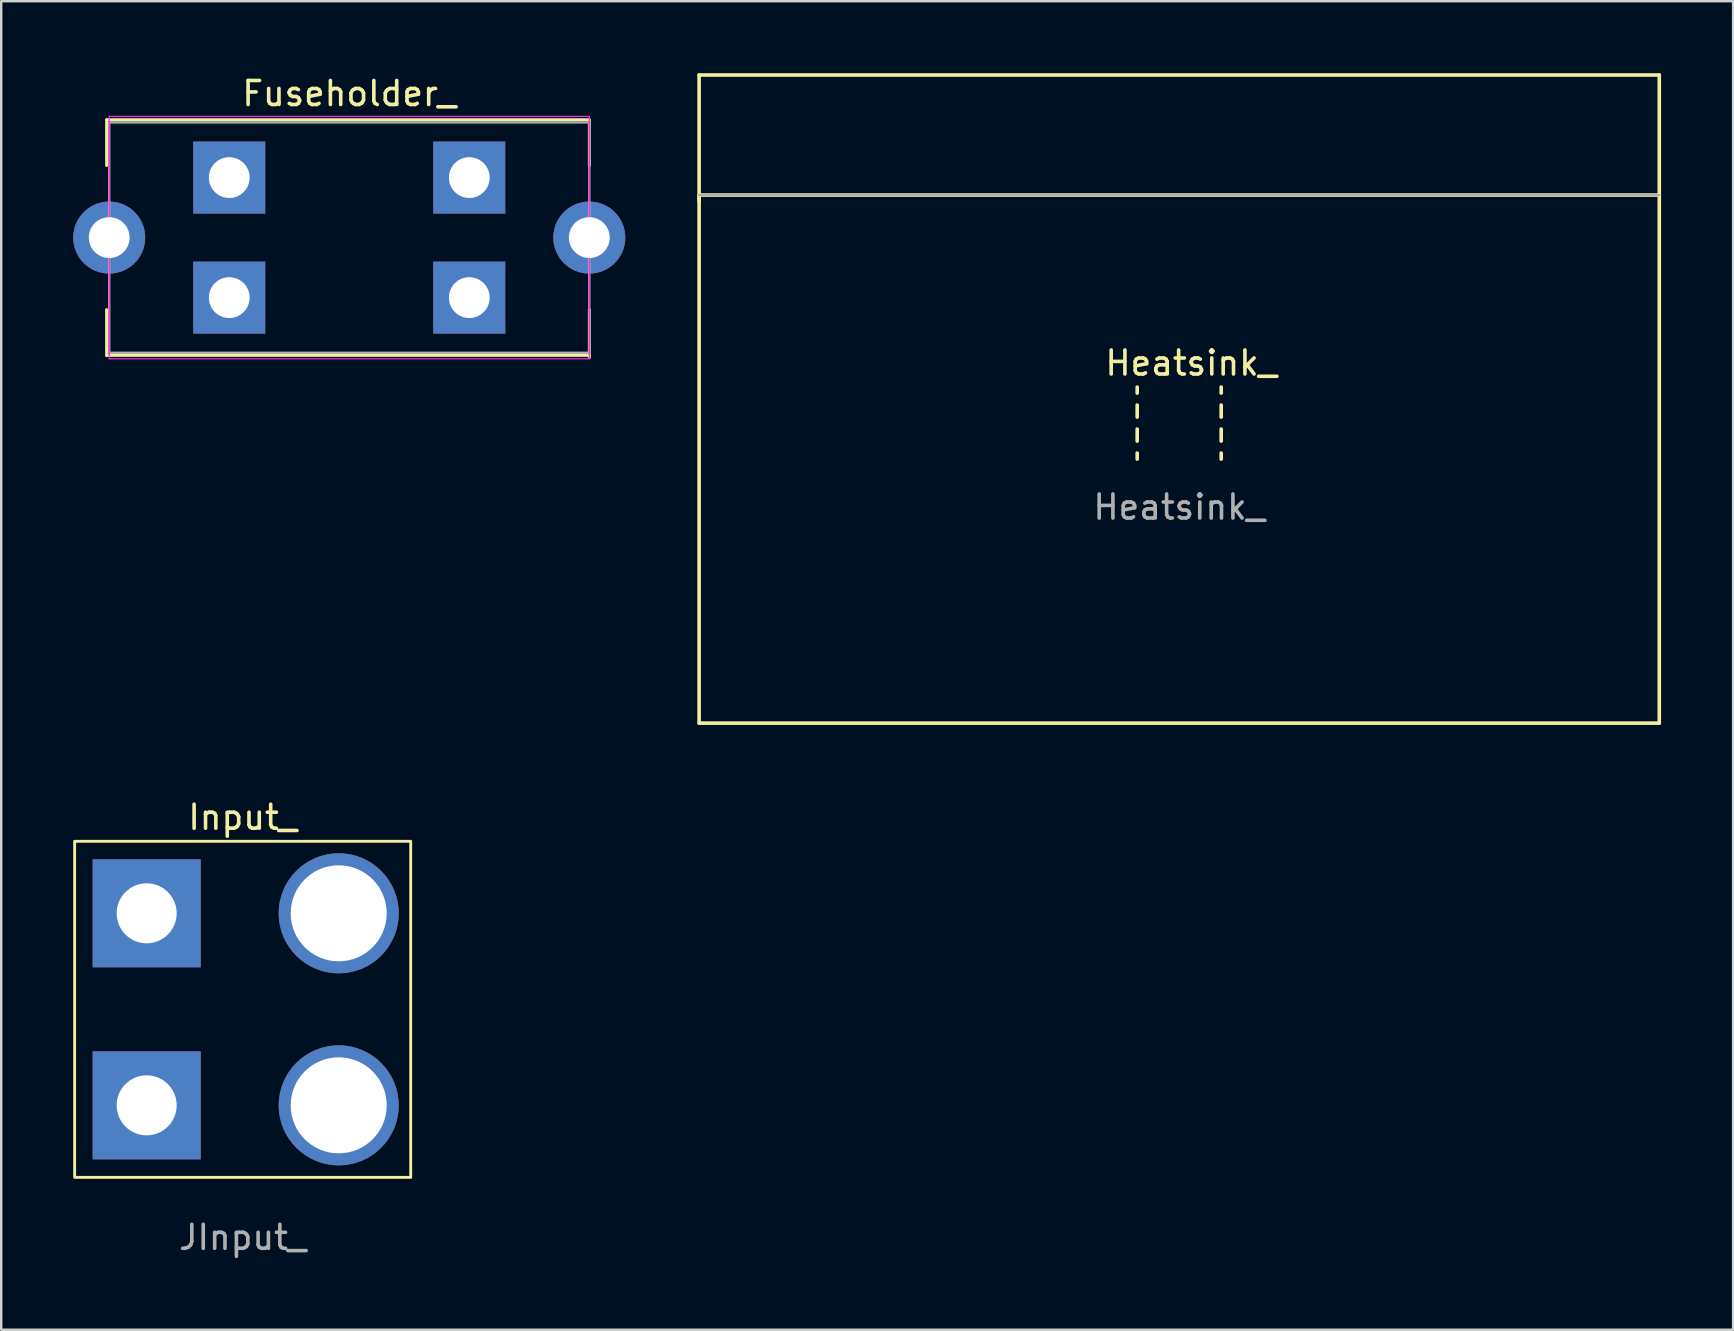
<source format=kicad_pcb>
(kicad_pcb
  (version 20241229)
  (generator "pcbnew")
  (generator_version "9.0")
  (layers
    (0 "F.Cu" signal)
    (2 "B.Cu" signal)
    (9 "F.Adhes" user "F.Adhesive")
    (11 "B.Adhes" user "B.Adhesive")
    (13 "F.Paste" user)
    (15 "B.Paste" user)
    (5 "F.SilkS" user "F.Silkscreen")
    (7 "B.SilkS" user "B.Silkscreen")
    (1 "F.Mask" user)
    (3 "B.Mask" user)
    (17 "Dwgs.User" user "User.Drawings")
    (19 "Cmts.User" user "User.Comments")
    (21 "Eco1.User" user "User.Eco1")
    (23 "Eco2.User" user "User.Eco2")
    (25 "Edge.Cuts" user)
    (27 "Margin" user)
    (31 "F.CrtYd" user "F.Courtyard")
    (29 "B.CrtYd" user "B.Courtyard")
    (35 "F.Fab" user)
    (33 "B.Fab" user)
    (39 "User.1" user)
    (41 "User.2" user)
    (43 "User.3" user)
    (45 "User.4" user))
  (footprint "Input_"
    (layer "F.Cu")
    (at 7.06 38.998)
    (property "Reference" "Input_" (at 0 -8 0) (unlocked yes) (layer "F.SilkS") (effects (font (size 1 1) (thickness 0.15))))
    (attr smd)
    (fp_rect (start -7 -7) (end 7 7) (stroke (width 0.12) (type solid)) (fill no) (layer "F.SilkS"))
    (fp_text user "J${REFERENCE}" (at 0 9.5 0) (unlocked yes) (layer "F.Fab") (effects (font (size 1 1) (thickness 0.15))))
    (pad "" np_thru_hole circle (at 4 -4) (size 5 5) (drill 4) (layers "*.Cu" "*.Mask"))
    (pad "" np_thru_hole circle (at 4 4) (size 5 5) (drill 4) (layers "*.Cu" "*.Mask"))
    (pad "1" thru_hole rect (at -4 -4) (size 4.5 4.5) (drill 2.5) (layers "*.Cu" "*.Mask"))
    (pad "2" thru_hole rect (at -4 4) (size 4.5 4.5) (drill 2.5) (layers "*.Cu" "*.Mask")))
  (footprint "Fuseholder_"
    (layer "F.Cu")
    (at 1.5 6.848)
    (property "Reference" "Fuseholder_" (at 10 -6 0) (layer "F.SilkS") (effects (font (size 1 1) (thickness 0.15))))
    (attr through_hole)
    (fp_line (start -0.11 -4.91) (end 20 -4.91) (stroke (width 0.12) (type solid)) (layer "F.SilkS"))
    (fp_line (start -0.11 -3) (end -0.11 -4.91) (stroke (width 0.12) (type solid)) (layer "F.SilkS"))
    (fp_line (start -0.11 4.91) (end -0.11 3) (stroke (width 0.12) (type solid)) (layer "F.SilkS"))
    (fp_line (start -0.11 4.91) (end 20 4.91) (stroke (width 0.12) (type solid)) (layer "F.SilkS"))
    (fp_line (start 20 -3) (end 20 -4.91) (stroke (width 0.12) (type solid)) (layer "F.SilkS"))
    (fp_line (start 20 5) (end 20 3) (stroke (width 0.12) (type solid)) (layer "F.SilkS"))
    (fp_line (start 0 -5.05) (end 20 -5.05) (stroke (width 0.05) (type solid)) (layer "F.CrtYd"))
    (fp_line (start 0 5.05) (end 0 -5.05) (stroke (width 0.05) (type solid)) (layer "F.CrtYd"))
    (fp_line (start 20 -5.05) (end 20 5.05) (stroke (width 0.05) (type solid)) (layer "F.CrtYd"))
    (fp_line (start 20 5.05) (end 0 5.05) (stroke (width 0.05) (type solid)) (layer "F.CrtYd"))
    (fp_line (start 0 -4.8) (end 0 4.8) (stroke (width 0.1) (type solid)) (layer "F.Fab"))
    (fp_line (start 0 4.8) (end 20 4.8) (stroke (width 0.1) (type solid)) (layer "F.Fab"))
    (fp_line (start 20 -4.8) (end 0 -4.8) (stroke (width 0.1) (type solid)) (layer "F.Fab"))
    (fp_line (start 20 4.8) (end 20 -4.8) (stroke (width 0.1) (type solid)) (layer "F.Fab"))
    (pad "" np_thru_hole rect (at 5 -2.5) (size 3 3) (drill 1.7) (layers "*.Cu" "*.Mask"))
    (pad "" np_thru_hole rect (at 5 2.5) (size 3 3) (drill 1.7) (layers "*.Cu" "*.Mask"))
    (pad "" np_thru_hole rect (at 15 -2.5) (size 3 3) (drill 1.7) (layers "*.Cu" "*.Mask"))
    (pad "" np_thru_hole rect (at 15 2.5) (size 3 3) (drill 1.7) (layers "*.Cu" "*.Mask"))
    (pad "1" thru_hole circle (at 0 0) (size 3 3) (drill 1.7) (layers "*.Cu" "*.Mask"))
    (pad "2" thru_hole circle (at 20 0) (size 3 3) (drill 1.7) (layers "*.Cu" "*.Mask")))
  (footprint "Heatsink_"
    (layer "F.Cu")
    (at 46.075 18.075)
    (property "Reference" "Heatsink_" (at 0.5 -6 0) (layer "F.SilkS") (effects (font (size 1 1) (thickness 0.15))))
    (attr through_hole)
    (fp_line (start -20 -13) (end 20 -13) (stroke (width 0.15) (type solid)) (layer "F.SilkS"))
    (fp_line (start -20 -12.75) (end -20 -18) (stroke (width 0.15) (type solid)) (layer "F.SilkS"))
    (fp_line (start -20 9) (end -20 -13) (stroke (width 0.15) (type solid)) (layer "F.SilkS"))
    (fp_line (start -1.75 -4.75) (end -1.75 -5) (stroke (width 0.15) (type solid)) (layer "F.SilkS"))
    (fp_line (start -1.75 -4.25) (end -1.75 -3.75) (stroke (width 0.15) (type solid)) (layer "F.SilkS"))
    (fp_line (start -1.75 -3.25) (end -1.75 -2.75) (stroke (width 0.15) (type solid)) (layer "F.SilkS"))
    (fp_line (start -1.75 -2.25) (end -1.75 -2) (stroke (width 0.15) (type solid)) (layer "F.SilkS"))
    (fp_line (start 1.75 -4.75) (end 1.75 -5) (stroke (width 0.15) (type solid)) (layer "F.SilkS"))
    (fp_line (start 1.75 -4.25) (end 1.75 -3.75) (stroke (width 0.15) (type solid)) (layer "F.SilkS"))
    (fp_line (start 1.75 -3.25) (end 1.75 -2.75) (stroke (width 0.15) (type solid)) (layer "F.SilkS"))
    (fp_line (start 1.75 -2.25) (end 1.75 -2) (stroke (width 0.15) (type solid)) (layer "F.SilkS"))
    (fp_line (start 20 -18) (end -20 -18) (stroke (width 0.15) (type solid)) (layer "F.SilkS"))
    (fp_line (start 20 -18) (end 20 -13) (stroke (width 0.15) (type solid)) (layer "F.SilkS"))
    (fp_line (start 20 -13) (end 20 9) (stroke (width 0.15) (type solid)) (layer "F.SilkS"))
    (fp_line (start 20 9) (end -20 9) (stroke (width 0.15) (type solid)) (layer "F.SilkS"))
    (fp_line (start 20 -13) (end -20 -13) (stroke (width 0.1) (type solid)) (layer "F.Fab"))
    (fp_text user "${REFERENCE}" (at 0 0 0) (layer "F.Fab") (effects (font (size 1 1) (thickness 0.15)))))
  (gr_rect
    (start -3 -3)
    (end 69.15 52.346)
    (stroke (width 0.1) (type default))
    (fill no)
    (layer "Edge.Cuts")))
</source>
